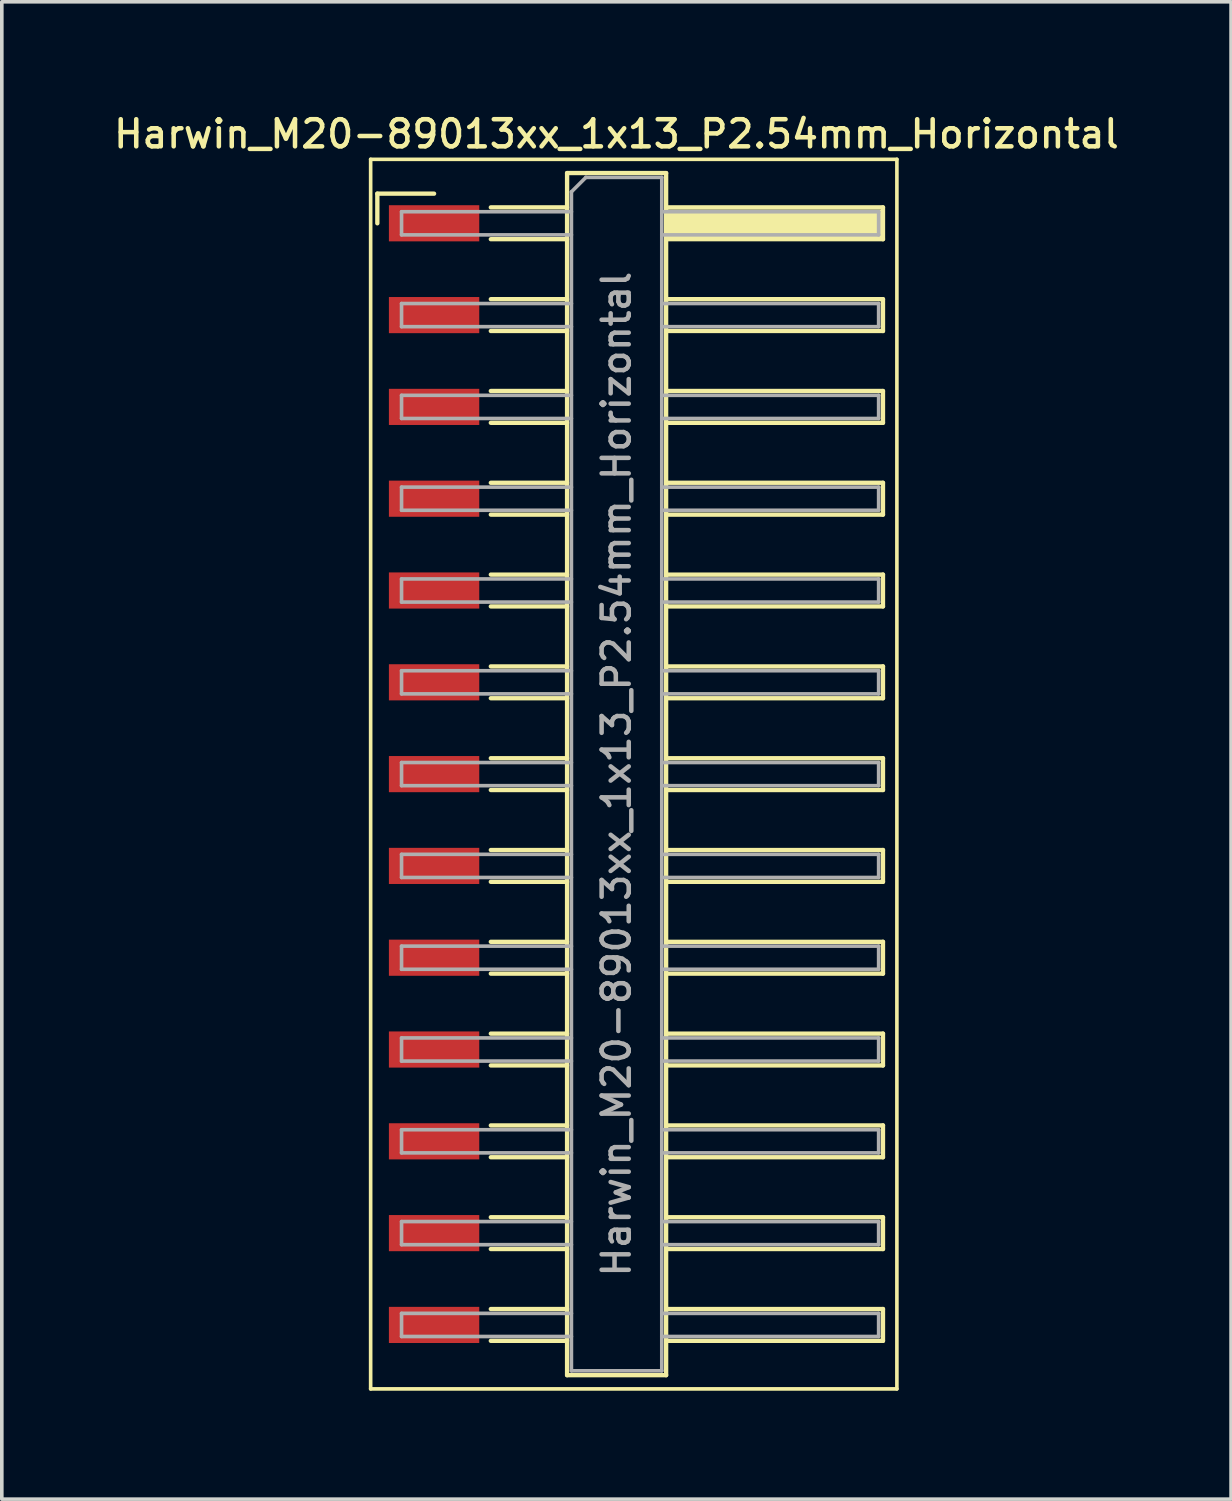
<source format=kicad_pcb>
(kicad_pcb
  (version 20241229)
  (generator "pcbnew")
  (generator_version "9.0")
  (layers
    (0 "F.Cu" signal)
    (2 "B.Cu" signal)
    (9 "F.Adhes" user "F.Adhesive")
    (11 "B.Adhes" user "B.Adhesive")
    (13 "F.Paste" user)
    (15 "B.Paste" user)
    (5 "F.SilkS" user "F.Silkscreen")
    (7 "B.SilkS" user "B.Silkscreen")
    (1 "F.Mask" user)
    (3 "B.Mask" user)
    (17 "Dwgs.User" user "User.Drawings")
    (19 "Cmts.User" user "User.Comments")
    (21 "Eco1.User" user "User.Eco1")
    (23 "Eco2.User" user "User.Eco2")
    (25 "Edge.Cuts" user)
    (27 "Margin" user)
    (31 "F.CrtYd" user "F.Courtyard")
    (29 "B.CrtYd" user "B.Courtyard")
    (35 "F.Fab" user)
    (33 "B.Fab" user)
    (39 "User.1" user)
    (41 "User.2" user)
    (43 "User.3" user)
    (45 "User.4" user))
  (footprint "Harwin_M20-89013xx_1x13_P2.54mm_Horizontal"
    (layer "F.Cu")
    (at 14.485 18.368)
    (property "Reference" "Harwin_M20-89013xx_1x13_P2.54mm_Horizontal" (at -0.48 -17.71 0) (layer "F.SilkS") (effects (font (size 0.75 0.75) (thickness 0.125))))
    (attr smd)
    (fp_line (start -7.28 -17.01) (end 7.28 -17.01) (stroke (width 0.1) (type solid)) (layer "F.SilkS"))
    (fp_line (start -7.28 17.01) (end -7.28 -17.01) (stroke (width 0.1) (type solid)) (layer "F.SilkS"))
    (fp_line (start -7.095 -16.06) (end -5.525 -16.06) (stroke (width 0.12) (type solid)) (layer "F.SilkS"))
    (fp_line (start -7.095 -15.24) (end -7.095 -16.06) (stroke (width 0.12) (type solid)) (layer "F.SilkS"))
    (fp_line (start -3.955 -15.68) (end -1.845 -15.68) (stroke (width 0.12) (type solid)) (layer "F.SilkS"))
    (fp_line (start -3.955 -14.8) (end -1.845 -14.8) (stroke (width 0.12) (type solid)) (layer "F.SilkS"))
    (fp_line (start -3.955 -13.14) (end -1.845 -13.14) (stroke (width 0.12) (type solid)) (layer "F.SilkS"))
    (fp_line (start -3.955 -12.26) (end -1.845 -12.26) (stroke (width 0.12) (type solid)) (layer "F.SilkS"))
    (fp_line (start -3.955 -10.6) (end -1.845 -10.6) (stroke (width 0.12) (type solid)) (layer "F.SilkS"))
    (fp_line (start -3.955 -9.72) (end -1.845 -9.72) (stroke (width 0.12) (type solid)) (layer "F.SilkS"))
    (fp_line (start -3.955 -8.06) (end -1.845 -8.06) (stroke (width 0.12) (type solid)) (layer "F.SilkS"))
    (fp_line (start -3.955 -7.18) (end -1.845 -7.18) (stroke (width 0.12) (type solid)) (layer "F.SilkS"))
    (fp_line (start -3.955 -5.52) (end -1.845 -5.52) (stroke (width 0.12) (type solid)) (layer "F.SilkS"))
    (fp_line (start -3.955 -4.64) (end -1.845 -4.64) (stroke (width 0.12) (type solid)) (layer "F.SilkS"))
    (fp_line (start -3.955 -2.98) (end -1.845 -2.98) (stroke (width 0.12) (type solid)) (layer "F.SilkS"))
    (fp_line (start -3.955 -2.1) (end -1.845 -2.1) (stroke (width 0.12) (type solid)) (layer "F.SilkS"))
    (fp_line (start -3.955 -0.44) (end -1.845 -0.44) (stroke (width 0.12) (type solid)) (layer "F.SilkS"))
    (fp_line (start -3.955 0.44) (end -1.845 0.44) (stroke (width 0.12) (type solid)) (layer "F.SilkS"))
    (fp_line (start -3.955 2.1) (end -1.845 2.1) (stroke (width 0.12) (type solid)) (layer "F.SilkS"))
    (fp_line (start -3.955 2.98) (end -1.845 2.98) (stroke (width 0.12) (type solid)) (layer "F.SilkS"))
    (fp_line (start -3.955 4.64) (end -1.845 4.64) (stroke (width 0.12) (type solid)) (layer "F.SilkS"))
    (fp_line (start -3.955 5.52) (end -1.845 5.52) (stroke (width 0.12) (type solid)) (layer "F.SilkS"))
    (fp_line (start -3.955 7.18) (end -1.845 7.18) (stroke (width 0.12) (type solid)) (layer "F.SilkS"))
    (fp_line (start -3.955 8.06) (end -1.845 8.06) (stroke (width 0.12) (type solid)) (layer "F.SilkS"))
    (fp_line (start -3.955 9.72) (end -1.845 9.72) (stroke (width 0.12) (type solid)) (layer "F.SilkS"))
    (fp_line (start -3.955 10.6) (end -1.845 10.6) (stroke (width 0.12) (type solid)) (layer "F.SilkS"))
    (fp_line (start -3.955 12.26) (end -1.845 12.26) (stroke (width 0.12) (type solid)) (layer "F.SilkS"))
    (fp_line (start -3.955 13.14) (end -1.845 13.14) (stroke (width 0.12) (type solid)) (layer "F.SilkS"))
    (fp_line (start -3.955 14.8) (end -1.845 14.8) (stroke (width 0.12) (type solid)) (layer "F.SilkS"))
    (fp_line (start -3.955 15.68) (end -1.845 15.68) (stroke (width 0.12) (type solid)) (layer "F.SilkS"))
    (fp_line (start -1.845 -16.63) (end 0.895 -16.63) (stroke (width 0.12) (type solid)) (layer "F.SilkS"))
    (fp_line (start -1.845 16.63) (end -1.845 -16.63) (stroke (width 0.12) (type solid)) (layer "F.SilkS"))
    (fp_line (start 0.895 -16.63) (end 0.895 16.63) (stroke (width 0.12) (type solid)) (layer "F.SilkS"))
    (fp_line (start 0.895 -15.68) (end 6.895 -15.68) (stroke (width 0.12) (type solid)) (layer "F.SilkS"))
    (fp_line (start 0.895 -13.14) (end 6.895 -13.14) (stroke (width 0.12) (type solid)) (layer "F.SilkS"))
    (fp_line (start 0.895 -10.6) (end 6.895 -10.6) (stroke (width 0.12) (type solid)) (layer "F.SilkS"))
    (fp_line (start 0.895 -8.06) (end 6.895 -8.06) (stroke (width 0.12) (type solid)) (layer "F.SilkS"))
    (fp_line (start 0.895 -5.52) (end 6.895 -5.52) (stroke (width 0.12) (type solid)) (layer "F.SilkS"))
    (fp_line (start 0.895 -2.98) (end 6.895 -2.98) (stroke (width 0.12) (type solid)) (layer "F.SilkS"))
    (fp_line (start 0.895 -0.44) (end 6.895 -0.44) (stroke (width 0.12) (type solid)) (layer "F.SilkS"))
    (fp_line (start 0.895 2.1) (end 6.895 2.1) (stroke (width 0.12) (type solid)) (layer "F.SilkS"))
    (fp_line (start 0.895 4.64) (end 6.895 4.64) (stroke (width 0.12) (type solid)) (layer "F.SilkS"))
    (fp_line (start 0.895 7.18) (end 6.895 7.18) (stroke (width 0.12) (type solid)) (layer "F.SilkS"))
    (fp_line (start 0.895 9.72) (end 6.895 9.72) (stroke (width 0.12) (type solid)) (layer "F.SilkS"))
    (fp_line (start 0.895 12.26) (end 6.895 12.26) (stroke (width 0.12) (type solid)) (layer "F.SilkS"))
    (fp_line (start 0.895 14.8) (end 6.895 14.8) (stroke (width 0.12) (type solid)) (layer "F.SilkS"))
    (fp_line (start 0.895 16.63) (end -1.845 16.63) (stroke (width 0.12) (type solid)) (layer "F.SilkS"))
    (fp_line (start 6.895 -15.68) (end 6.895 -14.8) (stroke (width 0.12) (type solid)) (layer "F.SilkS"))
    (fp_line (start 6.895 -14.8) (end 0.895 -14.8) (stroke (width 0.12) (type solid)) (layer "F.SilkS"))
    (fp_line (start 6.895 -13.14) (end 6.895 -12.26) (stroke (width 0.12) (type solid)) (layer "F.SilkS"))
    (fp_line (start 6.895 -12.26) (end 0.895 -12.26) (stroke (width 0.12) (type solid)) (layer "F.SilkS"))
    (fp_line (start 6.895 -10.6) (end 6.895 -9.72) (stroke (width 0.12) (type solid)) (layer "F.SilkS"))
    (fp_line (start 6.895 -9.72) (end 0.895 -9.72) (stroke (width 0.12) (type solid)) (layer "F.SilkS"))
    (fp_line (start 6.895 -8.06) (end 6.895 -7.18) (stroke (width 0.12) (type solid)) (layer "F.SilkS"))
    (fp_line (start 6.895 -7.18) (end 0.895 -7.18) (stroke (width 0.12) (type solid)) (layer "F.SilkS"))
    (fp_line (start 6.895 -5.52) (end 6.895 -4.64) (stroke (width 0.12) (type solid)) (layer "F.SilkS"))
    (fp_line (start 6.895 -4.64) (end 0.895 -4.64) (stroke (width 0.12) (type solid)) (layer "F.SilkS"))
    (fp_line (start 6.895 -2.98) (end 6.895 -2.1) (stroke (width 0.12) (type solid)) (layer "F.SilkS"))
    (fp_line (start 6.895 -2.1) (end 0.895 -2.1) (stroke (width 0.12) (type solid)) (layer "F.SilkS"))
    (fp_line (start 6.895 -0.44) (end 6.895 0.44) (stroke (width 0.12) (type solid)) (layer "F.SilkS"))
    (fp_line (start 6.895 0.44) (end 0.895 0.44) (stroke (width 0.12) (type solid)) (layer "F.SilkS"))
    (fp_line (start 6.895 2.1) (end 6.895 2.98) (stroke (width 0.12) (type solid)) (layer "F.SilkS"))
    (fp_line (start 6.895 2.98) (end 0.895 2.98) (stroke (width 0.12) (type solid)) (layer "F.SilkS"))
    (fp_line (start 6.895 4.64) (end 6.895 5.52) (stroke (width 0.12) (type solid)) (layer "F.SilkS"))
    (fp_line (start 6.895 5.52) (end 0.895 5.52) (stroke (width 0.12) (type solid)) (layer "F.SilkS"))
    (fp_line (start 6.895 7.18) (end 6.895 8.06) (stroke (width 0.12) (type solid)) (layer "F.SilkS"))
    (fp_line (start 6.895 8.06) (end 0.895 8.06) (stroke (width 0.12) (type solid)) (layer "F.SilkS"))
    (fp_line (start 6.895 9.72) (end 6.895 10.6) (stroke (width 0.12) (type solid)) (layer "F.SilkS"))
    (fp_line (start 6.895 10.6) (end 0.895 10.6) (stroke (width 0.12) (type solid)) (layer "F.SilkS"))
    (fp_line (start 6.895 12.26) (end 6.895 13.14) (stroke (width 0.12) (type solid)) (layer "F.SilkS"))
    (fp_line (start 6.895 13.14) (end 0.895 13.14) (stroke (width 0.12) (type solid)) (layer "F.SilkS"))
    (fp_line (start 6.895 14.8) (end 6.895 15.68) (stroke (width 0.12) (type solid)) (layer "F.SilkS"))
    (fp_line (start 6.895 15.68) (end 0.895 15.68) (stroke (width 0.12) (type solid)) (layer "F.SilkS"))
    (fp_line (start 7.28 -17.01) (end 7.28 17.01) (stroke (width 0.1) (type solid)) (layer "F.SilkS"))
    (fp_line (start 7.28 17.01) (end -7.28 17.01) (stroke (width 0.1) (type solid)) (layer "F.SilkS"))
    (fp_line (start -6.425 -15.56) (end -6.425 -14.92) (stroke (width 0.1) (type solid)) (layer "F.Fab"))
    (fp_line (start -6.425 -14.92) (end -1.725 -14.92) (stroke (width 0.1) (type solid)) (layer "F.Fab"))
    (fp_line (start -6.425 -13.02) (end -6.425 -12.38) (stroke (width 0.1) (type solid)) (layer "F.Fab"))
    (fp_line (start -6.425 -12.38) (end -1.725 -12.38) (stroke (width 0.1) (type solid)) (layer "F.Fab"))
    (fp_line (start -6.425 -10.48) (end -6.425 -9.84) (stroke (width 0.1) (type solid)) (layer "F.Fab"))
    (fp_line (start -6.425 -9.84) (end -1.725 -9.84) (stroke (width 0.1) (type solid)) (layer "F.Fab"))
    (fp_line (start -6.425 -7.94) (end -6.425 -7.3) (stroke (width 0.1) (type solid)) (layer "F.Fab"))
    (fp_line (start -6.425 -7.3) (end -1.725 -7.3) (stroke (width 0.1) (type solid)) (layer "F.Fab"))
    (fp_line (start -6.425 -5.4) (end -6.425 -4.76) (stroke (width 0.1) (type solid)) (layer "F.Fab"))
    (fp_line (start -6.425 -4.76) (end -1.725 -4.76) (stroke (width 0.1) (type solid)) (layer "F.Fab"))
    (fp_line (start -6.425 -2.86) (end -6.425 -2.22) (stroke (width 0.1) (type solid)) (layer "F.Fab"))
    (fp_line (start -6.425 -2.22) (end -1.725 -2.22) (stroke (width 0.1) (type solid)) (layer "F.Fab"))
    (fp_line (start -6.425 -0.32) (end -6.425 0.32) (stroke (width 0.1) (type solid)) (layer "F.Fab"))
    (fp_line (start -6.425 0.32) (end -1.725 0.32) (stroke (width 0.1) (type solid)) (layer "F.Fab"))
    (fp_line (start -6.425 2.22) (end -6.425 2.86) (stroke (width 0.1) (type solid)) (layer "F.Fab"))
    (fp_line (start -6.425 2.86) (end -1.725 2.86) (stroke (width 0.1) (type solid)) (layer "F.Fab"))
    (fp_line (start -6.425 4.76) (end -6.425 5.4) (stroke (width 0.1) (type solid)) (layer "F.Fab"))
    (fp_line (start -6.425 5.4) (end -1.725 5.4) (stroke (width 0.1) (type solid)) (layer "F.Fab"))
    (fp_line (start -6.425 7.3) (end -6.425 7.94) (stroke (width 0.1) (type solid)) (layer "F.Fab"))
    (fp_line (start -6.425 7.94) (end -1.725 7.94) (stroke (width 0.1) (type solid)) (layer "F.Fab"))
    (fp_line (start -6.425 9.84) (end -6.425 10.48) (stroke (width 0.1) (type solid)) (layer "F.Fab"))
    (fp_line (start -6.425 10.48) (end -1.725 10.48) (stroke (width 0.1) (type solid)) (layer "F.Fab"))
    (fp_line (start -6.425 12.38) (end -6.425 13.02) (stroke (width 0.1) (type solid)) (layer "F.Fab"))
    (fp_line (start -6.425 13.02) (end -1.725 13.02) (stroke (width 0.1) (type solid)) (layer "F.Fab"))
    (fp_line (start -6.425 14.92) (end -6.425 15.56) (stroke (width 0.1) (type solid)) (layer "F.Fab"))
    (fp_line (start -6.425 15.56) (end -1.725 15.56) (stroke (width 0.1) (type solid)) (layer "F.Fab"))
    (fp_line (start -1.725 -16.11) (end -1.325 -16.51) (stroke (width 0.1) (type solid)) (layer "F.Fab"))
    (fp_line (start -1.725 -15.56) (end -6.425 -15.56) (stroke (width 0.1) (type solid)) (layer "F.Fab"))
    (fp_line (start -1.725 -13.02) (end -6.425 -13.02) (stroke (width 0.1) (type solid)) (layer "F.Fab"))
    (fp_line (start -1.725 -10.48) (end -6.425 -10.48) (stroke (width 0.1) (type solid)) (layer "F.Fab"))
    (fp_line (start -1.725 -7.94) (end -6.425 -7.94) (stroke (width 0.1) (type solid)) (layer "F.Fab"))
    (fp_line (start -1.725 -5.4) (end -6.425 -5.4) (stroke (width 0.1) (type solid)) (layer "F.Fab"))
    (fp_line (start -1.725 -2.86) (end -6.425 -2.86) (stroke (width 0.1) (type solid)) (layer "F.Fab"))
    (fp_line (start -1.725 -0.32) (end -6.425 -0.32) (stroke (width 0.1) (type solid)) (layer "F.Fab"))
    (fp_line (start -1.725 2.22) (end -6.425 2.22) (stroke (width 0.1) (type solid)) (layer "F.Fab"))
    (fp_line (start -1.725 4.76) (end -6.425 4.76) (stroke (width 0.1) (type solid)) (layer "F.Fab"))
    (fp_line (start -1.725 7.3) (end -6.425 7.3) (stroke (width 0.1) (type solid)) (layer "F.Fab"))
    (fp_line (start -1.725 9.84) (end -6.425 9.84) (stroke (width 0.1) (type solid)) (layer "F.Fab"))
    (fp_line (start -1.725 12.38) (end -6.425 12.38) (stroke (width 0.1) (type solid)) (layer "F.Fab"))
    (fp_line (start -1.725 14.92) (end -6.425 14.92) (stroke (width 0.1) (type solid)) (layer "F.Fab"))
    (fp_line (start -1.725 16.51) (end -1.725 -16.11) (stroke (width 0.1) (type solid)) (layer "F.Fab"))
    (fp_line (start -1.325 -16.51) (end 0.775 -16.51) (stroke (width 0.1) (type solid)) (layer "F.Fab"))
    (fp_line (start 0.775 -16.51) (end 0.775 16.51) (stroke (width 0.1) (type solid)) (layer "F.Fab"))
    (fp_line (start 0.775 -15.56) (end 6.775 -15.56) (stroke (width 0.1) (type solid)) (layer "F.Fab"))
    (fp_line (start 0.775 -13.02) (end 6.775 -13.02) (stroke (width 0.1) (type solid)) (layer "F.Fab"))
    (fp_line (start 0.775 -10.48) (end 6.775 -10.48) (stroke (width 0.1) (type solid)) (layer "F.Fab"))
    (fp_line (start 0.775 -7.94) (end 6.775 -7.94) (stroke (width 0.1) (type solid)) (layer "F.Fab"))
    (fp_line (start 0.775 -5.4) (end 6.775 -5.4) (stroke (width 0.1) (type solid)) (layer "F.Fab"))
    (fp_line (start 0.775 -2.86) (end 6.775 -2.86) (stroke (width 0.1) (type solid)) (layer "F.Fab"))
    (fp_line (start 0.775 -0.32) (end 6.775 -0.32) (stroke (width 0.1) (type solid)) (layer "F.Fab"))
    (fp_line (start 0.775 2.22) (end 6.775 2.22) (stroke (width 0.1) (type solid)) (layer "F.Fab"))
    (fp_line (start 0.775 4.76) (end 6.775 4.76) (stroke (width 0.1) (type solid)) (layer "F.Fab"))
    (fp_line (start 0.775 7.3) (end 6.775 7.3) (stroke (width 0.1) (type solid)) (layer "F.Fab"))
    (fp_line (start 0.775 9.84) (end 6.775 9.84) (stroke (width 0.1) (type solid)) (layer "F.Fab"))
    (fp_line (start 0.775 12.38) (end 6.775 12.38) (stroke (width 0.1) (type solid)) (layer "F.Fab"))
    (fp_line (start 0.775 14.92) (end 6.775 14.92) (stroke (width 0.1) (type solid)) (layer "F.Fab"))
    (fp_line (start 0.775 16.51) (end -1.725 16.51) (stroke (width 0.1) (type solid)) (layer "F.Fab"))
    (fp_line (start 6.775 -15.56) (end 6.775 -14.92) (stroke (width 0.1) (type solid)) (layer "F.Fab"))
    (fp_line (start 6.775 -14.92) (end 0.775 -14.92) (stroke (width 0.1) (type solid)) (layer "F.Fab"))
    (fp_line (start 6.775 -13.02) (end 6.775 -12.38) (stroke (width 0.1) (type solid)) (layer "F.Fab"))
    (fp_line (start 6.775 -12.38) (end 0.775 -12.38) (stroke (width 0.1) (type solid)) (layer "F.Fab"))
    (fp_line (start 6.775 -10.48) (end 6.775 -9.84) (stroke (width 0.1) (type solid)) (layer "F.Fab"))
    (fp_line (start 6.775 -9.84) (end 0.775 -9.84) (stroke (width 0.1) (type solid)) (layer "F.Fab"))
    (fp_line (start 6.775 -7.94) (end 6.775 -7.3) (stroke (width 0.1) (type solid)) (layer "F.Fab"))
    (fp_line (start 6.775 -7.3) (end 0.775 -7.3) (stroke (width 0.1) (type solid)) (layer "F.Fab"))
    (fp_line (start 6.775 -5.4) (end 6.775 -4.76) (stroke (width 0.1) (type solid)) (layer "F.Fab"))
    (fp_line (start 6.775 -4.76) (end 0.775 -4.76) (stroke (width 0.1) (type solid)) (layer "F.Fab"))
    (fp_line (start 6.775 -2.86) (end 6.775 -2.22) (stroke (width 0.1) (type solid)) (layer "F.Fab"))
    (fp_line (start 6.775 -2.22) (end 0.775 -2.22) (stroke (width 0.1) (type solid)) (layer "F.Fab"))
    (fp_line (start 6.775 -0.32) (end 6.775 0.32) (stroke (width 0.1) (type solid)) (layer "F.Fab"))
    (fp_line (start 6.775 0.32) (end 0.775 0.32) (stroke (width 0.1) (type solid)) (layer "F.Fab"))
    (fp_line (start 6.775 2.22) (end 6.775 2.86) (stroke (width 0.1) (type solid)) (layer "F.Fab"))
    (fp_line (start 6.775 2.86) (end 0.775 2.86) (stroke (width 0.1) (type solid)) (layer "F.Fab"))
    (fp_line (start 6.775 4.76) (end 6.775 5.4) (stroke (width 0.1) (type solid)) (layer "F.Fab"))
    (fp_line (start 6.775 5.4) (end 0.775 5.4) (stroke (width 0.1) (type solid)) (layer "F.Fab"))
    (fp_line (start 6.775 7.3) (end 6.775 7.94) (stroke (width 0.1) (type solid)) (layer "F.Fab"))
    (fp_line (start 6.775 7.94) (end 0.775 7.94) (stroke (width 0.1) (type solid)) (layer "F.Fab"))
    (fp_line (start 6.775 9.84) (end 6.775 10.48) (stroke (width 0.1) (type solid)) (layer "F.Fab"))
    (fp_line (start 6.775 10.48) (end 0.775 10.48) (stroke (width 0.1) (type solid)) (layer "F.Fab"))
    (fp_line (start 6.775 12.38) (end 6.775 13.02) (stroke (width 0.1) (type solid)) (layer "F.Fab"))
    (fp_line (start 6.775 13.02) (end 0.775 13.02) (stroke (width 0.1) (type solid)) (layer "F.Fab"))
    (fp_line (start 6.775 14.92) (end 6.775 15.56) (stroke (width 0.1) (type solid)) (layer "F.Fab"))
    (fp_line (start 6.775 15.56) (end 0.775 15.56) (stroke (width 0.1) (type solid)) (layer "F.Fab"))
    (fp_text user "${REFERENCE}" (at -0.48 0 90) (layer "F.Fab") (effects (font (size 0.75 0.75) (thickness 0.125))))
    (pad "" smd rect (at 3.895 -15.24) (size 6 0.76) (layers "F.SilkS"))
    (pad "1" smd rect (at -5.525 -15.24) (size 2.5 1) (layers "F.Cu" "F.Mask" "F.Paste"))
    (pad "2" smd rect (at -5.525 -12.7) (size 2.5 1) (layers "F.Cu" "F.Mask" "F.Paste"))
    (pad "3" smd rect (at -5.525 -10.16) (size 2.5 1) (layers "F.Cu" "F.Mask" "F.Paste"))
    (pad "4" smd rect (at -5.525 -7.62) (size 2.5 1) (layers "F.Cu" "F.Mask" "F.Paste"))
    (pad "5" smd rect (at -5.525 -5.08) (size 2.5 1) (layers "F.Cu" "F.Mask" "F.Paste"))
    (pad "6" smd rect (at -5.525 -2.54) (size 2.5 1) (layers "F.Cu" "F.Mask" "F.Paste"))
    (pad "7" smd rect (at -5.525 0) (size 2.5 1) (layers "F.Cu" "F.Mask" "F.Paste"))
    (pad "8" smd rect (at -5.525 2.54) (size 2.5 1) (layers "F.Cu" "F.Mask" "F.Paste"))
    (pad "9" smd rect (at -5.525 5.08) (size 2.5 1) (layers "F.Cu" "F.Mask" "F.Paste"))
    (pad "10" smd rect (at -5.525 7.62) (size 2.5 1) (layers "F.Cu" "F.Mask" "F.Paste"))
    (pad "11" smd rect (at -5.525 10.16) (size 2.5 1) (layers "F.Cu" "F.Mask" "F.Paste"))
    (pad "12" smd rect (at -5.525 12.7) (size 2.5 1) (layers "F.Cu" "F.Mask" "F.Paste"))
    (pad "13" smd rect (at -5.525 15.24) (size 2.5 1) (layers "F.Cu" "F.Mask" "F.Paste")))
  (gr_rect
    (start -3 -3)
    (end 31.011 38.428)
    (stroke (width 0.1) (type default))
    (fill no)
    (layer "Edge.Cuts")))
</source>
